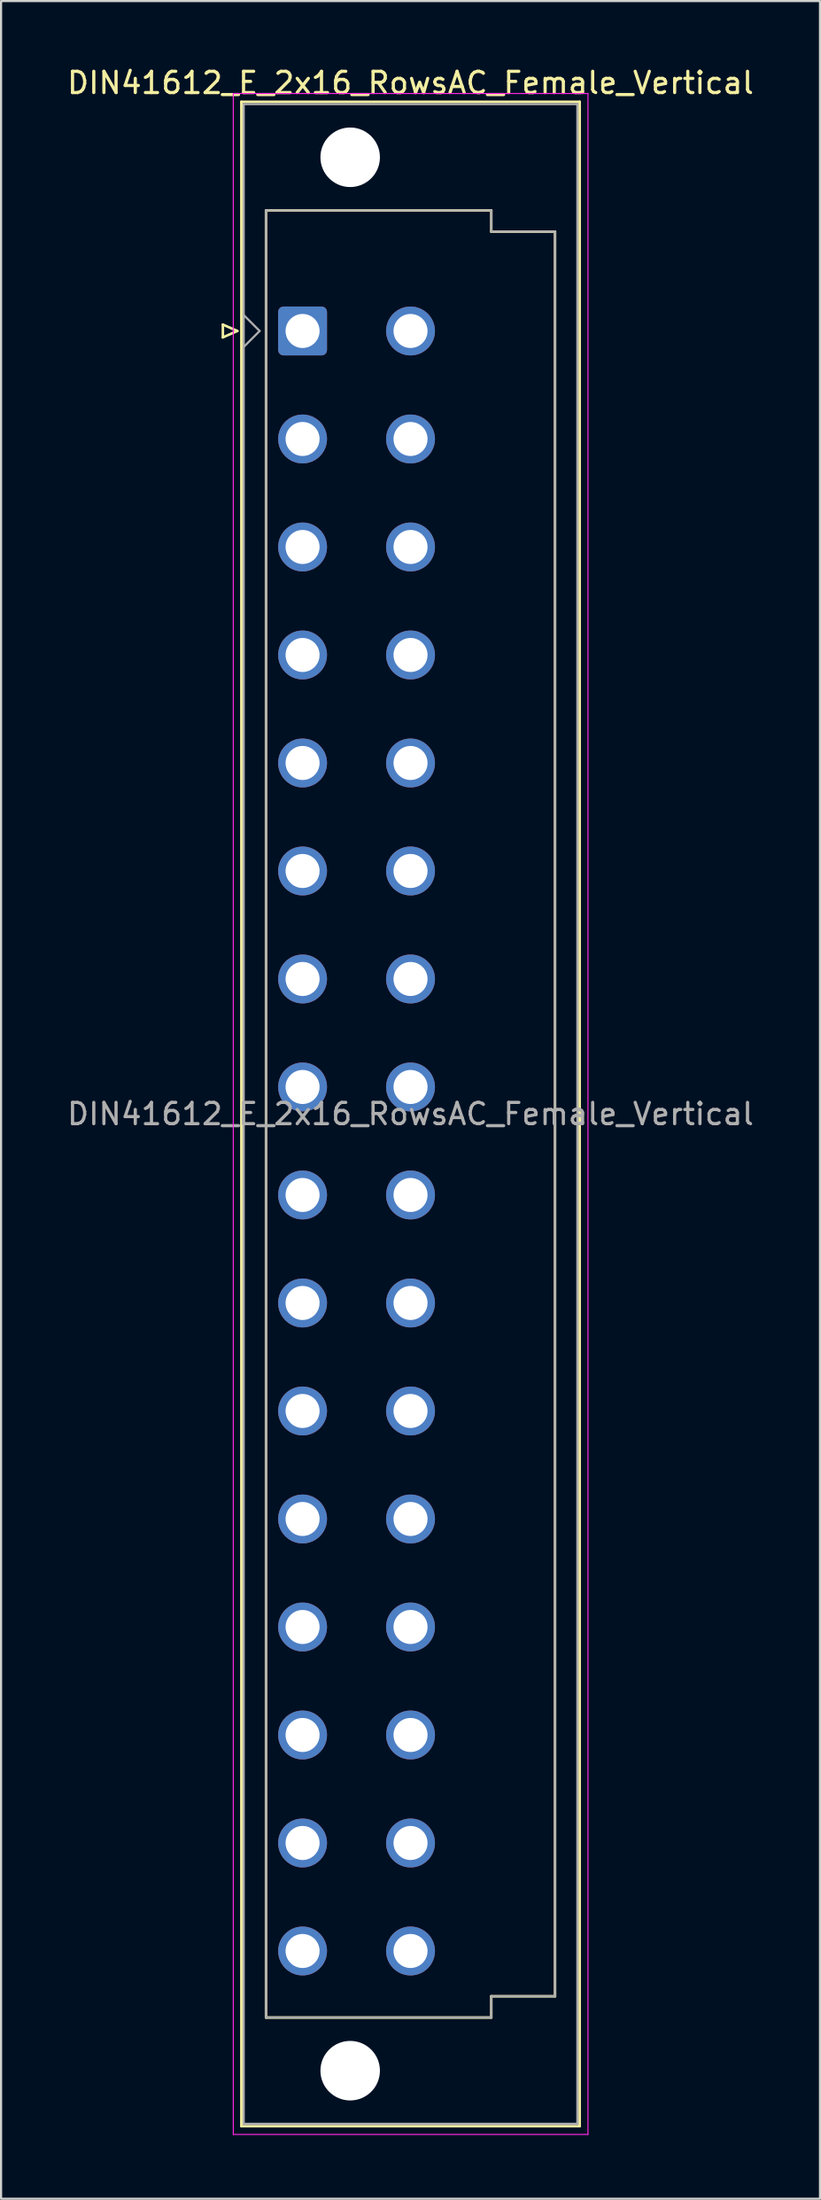
<source format=kicad_pcb>
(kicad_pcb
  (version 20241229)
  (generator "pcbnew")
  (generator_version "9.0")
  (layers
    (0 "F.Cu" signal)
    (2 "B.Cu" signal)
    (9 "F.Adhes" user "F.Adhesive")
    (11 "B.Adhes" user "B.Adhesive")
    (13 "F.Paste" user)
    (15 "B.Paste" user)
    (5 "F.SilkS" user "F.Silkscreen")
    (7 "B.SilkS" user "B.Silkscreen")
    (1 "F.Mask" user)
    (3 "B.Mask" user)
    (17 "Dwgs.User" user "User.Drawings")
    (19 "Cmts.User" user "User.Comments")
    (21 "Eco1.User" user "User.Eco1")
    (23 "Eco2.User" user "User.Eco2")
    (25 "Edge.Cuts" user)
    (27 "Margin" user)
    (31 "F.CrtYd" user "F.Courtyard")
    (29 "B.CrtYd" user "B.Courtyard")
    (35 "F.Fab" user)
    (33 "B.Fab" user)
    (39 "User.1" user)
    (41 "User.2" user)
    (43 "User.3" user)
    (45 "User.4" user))
  (footprint "DIN41612_E_2x16_RowsAC_Female_Vertical"
    (layer "F.Cu")
    (at 11.188 9.978)
    (property "Reference" "DIN41612_E_2x16_RowsAC_Female_Vertical" (at 5.08 -9.13 0) (layer "F.SilkS") (effects (font (size 1 1) (thickness 0.15))))
    (attr through_hole)
    (fp_line (start -3.75 2.24) (end -3.75 2.84) (stroke (width 0.12) (type solid)) (layer "F.SilkS"))
    (fp_line (start -3.75 2.84) (end -3.07 2.54) (stroke (width 0.12) (type solid)) (layer "F.SilkS"))
    (fp_line (start -3.07 2.54) (end -3.75 2.24) (stroke (width 0.12) (type solid)) (layer "F.SilkS"))
    (fp_line (start -2.88 -8.24) (end 13.04 -8.24) (stroke (width 0.12) (type solid)) (layer "F.SilkS"))
    (fp_line (start -2.88 86.98) (end -2.88 -8.24) (stroke (width 0.12) (type solid)) (layer "F.SilkS"))
    (fp_line (start -1.72 -3.13) (end 8.88 -3.13) (stroke (width 0.12) (type solid)) (layer "F.SilkS"))
    (fp_line (start -1.72 81.87) (end -1.72 -3.13) (stroke (width 0.12) (type solid)) (layer "F.SilkS"))
    (fp_line (start 8.88 -3.13) (end 8.88 -2.13) (stroke (width 0.12) (type solid)) (layer "F.SilkS"))
    (fp_line (start 8.88 -2.13) (end 11.88 -2.13) (stroke (width 0.12) (type solid)) (layer "F.SilkS"))
    (fp_line (start 8.88 80.87) (end 8.88 81.87) (stroke (width 0.12) (type solid)) (layer "F.SilkS"))
    (fp_line (start 8.88 81.87) (end -1.72 81.87) (stroke (width 0.12) (type solid)) (layer "F.SilkS"))
    (fp_line (start 11.88 -2.13) (end 11.88 80.87) (stroke (width 0.12) (type solid)) (layer "F.SilkS"))
    (fp_line (start 11.88 80.87) (end 8.88 80.87) (stroke (width 0.12) (type solid)) (layer "F.SilkS"))
    (fp_line (start 13.04 -8.24) (end 13.04 86.98) (stroke (width 0.12) (type solid)) (layer "F.SilkS"))
    (fp_line (start 13.04 86.98) (end -2.88 86.98) (stroke (width 0.12) (type solid)) (layer "F.SilkS"))
    (fp_line (start -3.26 -8.63) (end 13.43 -8.63) (stroke (width 0.05) (type solid)) (layer "F.CrtYd"))
    (fp_line (start -3.26 87.37) (end -3.26 -8.63) (stroke (width 0.05) (type solid)) (layer "F.CrtYd"))
    (fp_line (start 13.43 -8.63) (end 13.43 87.37) (stroke (width 0.05) (type solid)) (layer "F.CrtYd"))
    (fp_line (start 13.43 87.37) (end -3.26 87.37) (stroke (width 0.05) (type solid)) (layer "F.CrtYd"))
    (fp_line (start -2.77 -8.13) (end 12.93 -8.13) (stroke (width 0.1) (type solid)) (layer "F.Fab"))
    (fp_line (start -2.77 1.79) (end -2.02 2.54) (stroke (width 0.1) (type solid)) (layer "F.Fab"))
    (fp_line (start -2.77 86.87) (end -2.77 -8.13) (stroke (width 0.1) (type solid)) (layer "F.Fab"))
    (fp_line (start -2.02 2.54) (end -2.77 3.29) (stroke (width 0.1) (type solid)) (layer "F.Fab"))
    (fp_line (start -1.72 -3.13) (end 8.88 -3.13) (stroke (width 0.1) (type solid)) (layer "F.Fab"))
    (fp_line (start -1.72 81.87) (end -1.72 -3.13) (stroke (width 0.1) (type solid)) (layer "F.Fab"))
    (fp_line (start 8.88 -3.13) (end 8.88 -2.13) (stroke (width 0.1) (type solid)) (layer "F.Fab"))
    (fp_line (start 8.88 -2.13) (end 11.88 -2.13) (stroke (width 0.1) (type solid)) (layer "F.Fab"))
    (fp_line (start 8.88 80.87) (end 8.88 81.87) (stroke (width 0.1) (type solid)) (layer "F.Fab"))
    (fp_line (start 8.88 81.87) (end -1.72 81.87) (stroke (width 0.1) (type solid)) (layer "F.Fab"))
    (fp_line (start 11.88 -2.13) (end 11.88 80.87) (stroke (width 0.1) (type solid)) (layer "F.Fab"))
    (fp_line (start 11.88 80.87) (end 8.88 80.87) (stroke (width 0.1) (type solid)) (layer "F.Fab"))
    (fp_line (start 12.93 -8.13) (end 12.93 86.87) (stroke (width 0.1) (type solid)) (layer "F.Fab"))
    (fp_line (start 12.93 86.87) (end -2.77 86.87) (stroke (width 0.1) (type solid)) (layer "F.Fab"))
    (fp_text user "${REFERENCE}" (at 5.08 39.37 0) (layer "F.Fab") (effects (font (size 1 1) (thickness 0.15))))
    (pad "" np_thru_hole circle (at 2.24 -5.63) (size 2.8 2.8) (drill 2.8) (layers "*.Cu" "*.Mask"))
    (pad "" np_thru_hole circle (at 2.24 84.37) (size 2.8 2.8) (drill 2.8) (layers "*.Cu" "*.Mask"))
    (pad "a2" thru_hole roundrect (at 0 2.54) (size 2.3 2.3) (drill 1.6) (layers "*.Cu" "*.Mask") (roundrect_rratio 0.109))
    (pad "a4" thru_hole circle (at 0 7.62) (size 2.3 2.3) (drill 1.6) (layers "*.Cu" "*.Mask"))
    (pad "a6" thru_hole circle (at 0 12.7) (size 2.3 2.3) (drill 1.6) (layers "*.Cu" "*.Mask"))
    (pad "a8" thru_hole circle (at 0 17.78) (size 2.3 2.3) (drill 1.6) (layers "*.Cu" "*.Mask"))
    (pad "a10" thru_hole circle (at 0 22.86) (size 2.3 2.3) (drill 1.6) (layers "*.Cu" "*.Mask"))
    (pad "a12" thru_hole circle (at 0 27.94) (size 2.3 2.3) (drill 1.6) (layers "*.Cu" "*.Mask"))
    (pad "a14" thru_hole circle (at 0 33.02) (size 2.3 2.3) (drill 1.6) (layers "*.Cu" "*.Mask"))
    (pad "a16" thru_hole circle (at 0 38.1) (size 2.3 2.3) (drill 1.6) (layers "*.Cu" "*.Mask"))
    (pad "a18" thru_hole circle (at 0 43.18) (size 2.3 2.3) (drill 1.6) (layers "*.Cu" "*.Mask"))
    (pad "a20" thru_hole circle (at 0 48.26) (size 2.3 2.3) (drill 1.6) (layers "*.Cu" "*.Mask"))
    (pad "a22" thru_hole circle (at 0 53.34) (size 2.3 2.3) (drill 1.6) (layers "*.Cu" "*.Mask"))
    (pad "a24" thru_hole circle (at 0 58.42) (size 2.3 2.3) (drill 1.6) (layers "*.Cu" "*.Mask"))
    (pad "a26" thru_hole circle (at 0 63.5) (size 2.3 2.3) (drill 1.6) (layers "*.Cu" "*.Mask"))
    (pad "a28" thru_hole circle (at 0 68.58) (size 2.3 2.3) (drill 1.6) (layers "*.Cu" "*.Mask"))
    (pad "a30" thru_hole circle (at 0 73.66) (size 2.3 2.3) (drill 1.6) (layers "*.Cu" "*.Mask"))
    (pad "a32" thru_hole circle (at 0 78.74) (size 2.3 2.3) (drill 1.6) (layers "*.Cu" "*.Mask"))
    (pad "c2" thru_hole circle (at 5.08 2.54) (size 2.3 2.3) (drill 1.6) (layers "*.Cu" "*.Mask"))
    (pad "c4" thru_hole circle (at 5.08 7.62) (size 2.3 2.3) (drill 1.6) (layers "*.Cu" "*.Mask"))
    (pad "c6" thru_hole circle (at 5.08 12.7) (size 2.3 2.3) (drill 1.6) (layers "*.Cu" "*.Mask"))
    (pad "c8" thru_hole circle (at 5.08 17.78) (size 2.3 2.3) (drill 1.6) (layers "*.Cu" "*.Mask"))
    (pad "c10" thru_hole circle (at 5.08 22.86) (size 2.3 2.3) (drill 1.6) (layers "*.Cu" "*.Mask"))
    (pad "c12" thru_hole circle (at 5.08 27.94) (size 2.3 2.3) (drill 1.6) (layers "*.Cu" "*.Mask"))
    (pad "c14" thru_hole circle (at 5.08 33.02) (size 2.3 2.3) (drill 1.6) (layers "*.Cu" "*.Mask"))
    (pad "c16" thru_hole circle (at 5.08 38.1) (size 2.3 2.3) (drill 1.6) (layers "*.Cu" "*.Mask"))
    (pad "c18" thru_hole circle (at 5.08 43.18) (size 2.3 2.3) (drill 1.6) (layers "*.Cu" "*.Mask"))
    (pad "c20" thru_hole circle (at 5.08 48.26) (size 2.3 2.3) (drill 1.6) (layers "*.Cu" "*.Mask"))
    (pad "c22" thru_hole circle (at 5.08 53.34) (size 2.3 2.3) (drill 1.6) (layers "*.Cu" "*.Mask"))
    (pad "c24" thru_hole circle (at 5.08 58.42) (size 2.3 2.3) (drill 1.6) (layers "*.Cu" "*.Mask"))
    (pad "c26" thru_hole circle (at 5.08 63.5) (size 2.3 2.3) (drill 1.6) (layers "*.Cu" "*.Mask"))
    (pad "c28" thru_hole circle (at 5.08 68.58) (size 2.3 2.3) (drill 1.6) (layers "*.Cu" "*.Mask"))
    (pad "c30" thru_hole circle (at 5.08 73.66) (size 2.3 2.3) (drill 1.6) (layers "*.Cu" "*.Mask"))
    (pad "c32" thru_hole circle (at 5.08 78.74) (size 2.3 2.3) (drill 1.6) (layers "*.Cu" "*.Mask")))
  (gr_rect
    (start -3 -3)
    (end 35.536 100.373)
    (stroke (width 0.1) (type default))
    (fill no)
    (layer "Edge.Cuts")))
</source>
